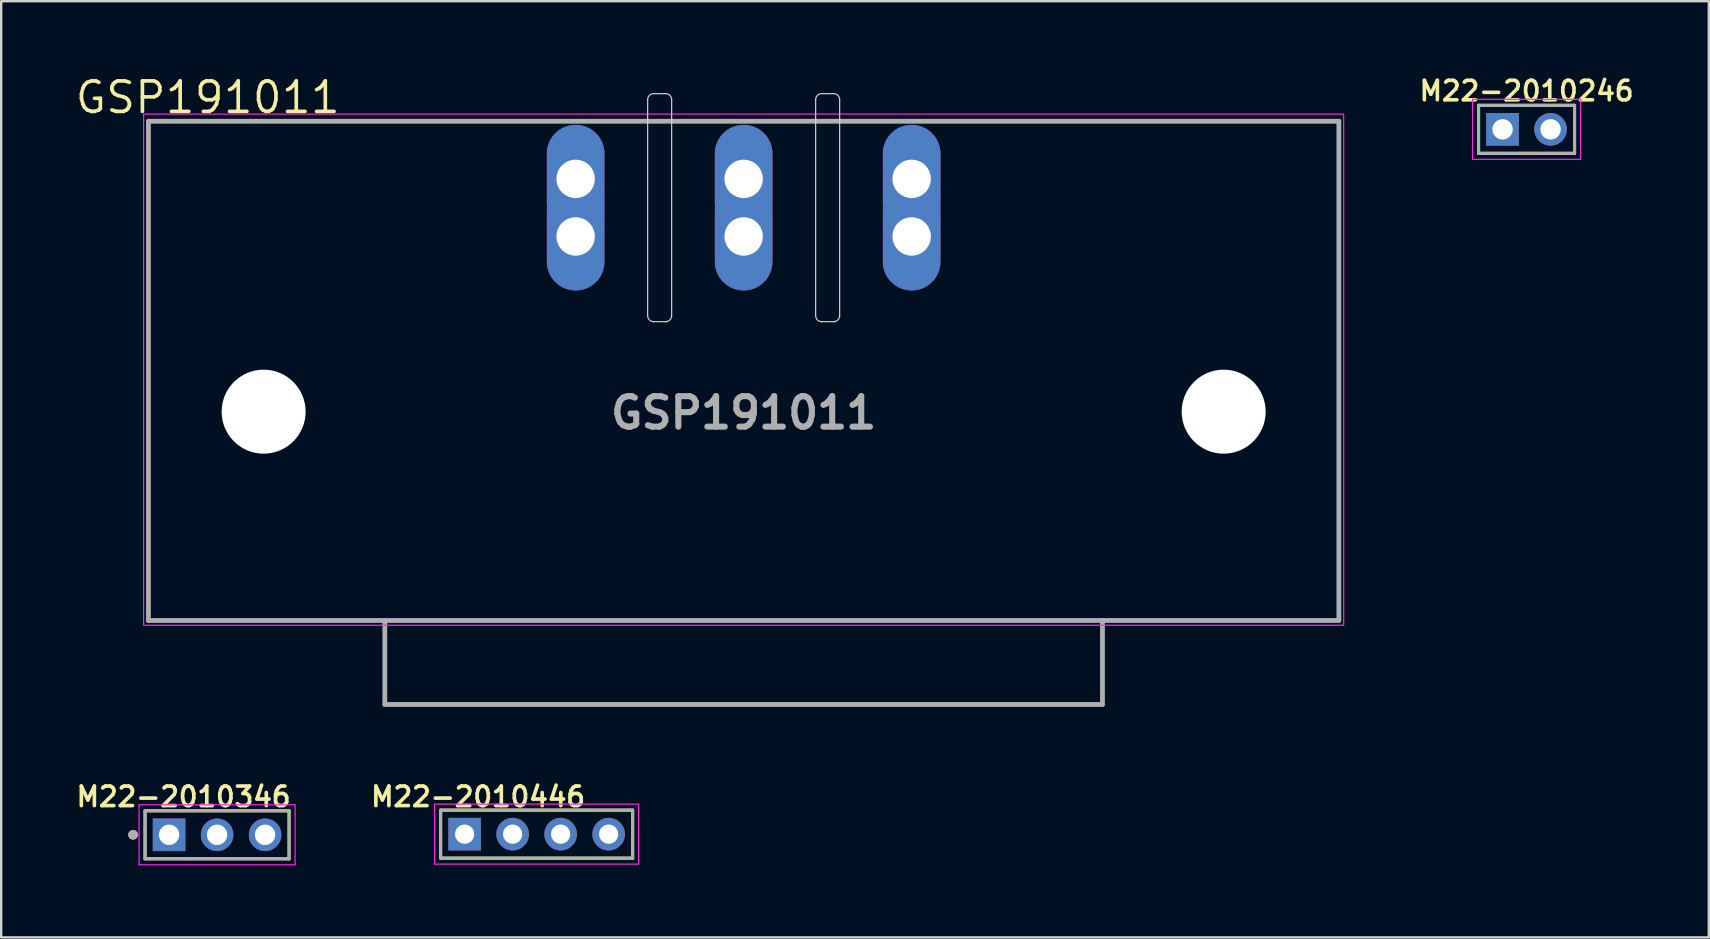
<source format=kicad_pcb>
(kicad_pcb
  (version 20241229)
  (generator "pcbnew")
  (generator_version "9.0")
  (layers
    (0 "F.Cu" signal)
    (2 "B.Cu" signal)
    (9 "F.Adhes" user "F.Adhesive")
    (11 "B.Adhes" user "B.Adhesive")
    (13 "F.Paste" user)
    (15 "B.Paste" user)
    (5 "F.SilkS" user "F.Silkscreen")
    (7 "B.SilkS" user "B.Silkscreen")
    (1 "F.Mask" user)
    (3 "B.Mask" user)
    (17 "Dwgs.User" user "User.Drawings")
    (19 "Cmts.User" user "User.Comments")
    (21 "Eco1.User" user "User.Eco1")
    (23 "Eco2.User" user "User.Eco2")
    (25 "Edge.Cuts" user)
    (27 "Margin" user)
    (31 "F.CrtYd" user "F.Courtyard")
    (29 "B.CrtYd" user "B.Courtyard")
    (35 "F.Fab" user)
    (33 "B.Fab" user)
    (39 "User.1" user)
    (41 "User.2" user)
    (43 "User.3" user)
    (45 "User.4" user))
  (footprint "GSP191011"
    (layer "F.Cu")
    (at 27.934 6.802)
    (property "Reference" "GSP191011" (at -22.329 -5.791 0) (layer "F.SilkS") (effects (font (size 1.27 1.27) (thickness 0.152))))
    (attr through_hole)
    (fp_line (start -24.8 -4.8) (end -4.2 -4.8) (stroke (width 0.1) (type solid)) (layer "F.SilkS"))
    (fp_line (start -24.8 16) (end -24.8 -4.8) (stroke (width 0.1) (type solid)) (layer "F.SilkS"))
    (fp_line (start -2.8 -4.8) (end 2.8 -4.8) (stroke (width 0.1) (type solid)) (layer "F.SilkS"))
    (fp_line (start 24.8 -4.8) (end 4.2 -4.8) (stroke (width 0.1) (type solid)) (layer "F.SilkS"))
    (fp_line (start 24.8 -4.8) (end 24.8 16) (stroke (width 0.1) (type solid)) (layer "F.SilkS"))
    (fp_line (start 24.8 16) (end -24.8 16) (stroke (width 0.1) (type solid)) (layer "F.SilkS"))
    (fp_line (start -4 -5.7) (end -4 3.3) (stroke (width 0.05) (type default)) (layer "Edge.Cuts"))
    (fp_line (start -3.75 3.55) (end -3.25 3.55) (stroke (width 0.05) (type default)) (layer "Edge.Cuts"))
    (fp_line (start -3.25 -5.95) (end -3.75 -5.95) (stroke (width 0.05) (type default)) (layer "Edge.Cuts"))
    (fp_line (start -3 3.3) (end -3 -5.7) (stroke (width 0.05) (type default)) (layer "Edge.Cuts"))
    (fp_line (start 3 3.3) (end 3 -5.7) (stroke (width 0.05) (type default)) (layer "Edge.Cuts"))
    (fp_line (start 3.25 -5.95) (end 3.75 -5.95) (stroke (width 0.05) (type default)) (layer "Edge.Cuts"))
    (fp_line (start 3.75 3.55) (end 3.25 3.55) (stroke (width 0.05) (type default)) (layer "Edge.Cuts"))
    (fp_line (start 4 -5.7) (end 4 3.3) (stroke (width 0.05) (type default)) (layer "Edge.Cuts"))
    (fp_arc (start -4 -5.7) (mid -3.926777 -5.876777) (end -3.75 -5.95) (stroke (width 0.05) (type default)) (layer "Edge.Cuts"))
    (fp_arc (start -3.75 3.55) (mid -3.926777 3.476777) (end -4 3.3) (stroke (width 0.05) (type default)) (layer "Edge.Cuts"))
    (fp_arc (start -3.25 -5.95) (mid -3.073223 -5.876777) (end -3 -5.7) (stroke (width 0.05) (type default)) (layer "Edge.Cuts"))
    (fp_arc (start -3 3.3) (mid -3.073223 3.476777) (end -3.25 3.55) (stroke (width 0.05) (type default)) (layer "Edge.Cuts"))
    (fp_arc (start 3 -5.7) (mid 3.073223 -5.876777) (end 3.25 -5.95) (stroke (width 0.05) (type default)) (layer "Edge.Cuts"))
    (fp_arc (start 3.25 3.55) (mid 3.073223 3.476777) (end 3 3.3) (stroke (width 0.05) (type default)) (layer "Edge.Cuts"))
    (fp_arc (start 3.75 -5.95) (mid 3.926777 -5.876777) (end 4 -5.7) (stroke (width 0.05) (type default)) (layer "Edge.Cuts"))
    (fp_arc (start 4 3.3) (mid 3.926777 3.476777) (end 3.75 3.55) (stroke (width 0.05) (type default)) (layer "Edge.Cuts"))
    (fp_rect (start -25 -5.1) (end 25 16.2) (stroke (width 0.05) (type solid)) (fill no) (layer "F.CrtYd"))
    (fp_line (start -24.8 -4.8) (end 24.8 -4.8) (stroke (width 0.2) (type solid)) (layer "F.Fab"))
    (fp_line (start -24.8 16) (end -24.8 -4.8) (stroke (width 0.2) (type solid)) (layer "F.Fab"))
    (fp_line (start -14.95 16) (end -14.95 19.5) (stroke (width 0.2) (type solid)) (layer "F.Fab"))
    (fp_line (start -14.95 19.5) (end 14.95 19.5) (stroke (width 0.2) (type solid)) (layer "F.Fab"))
    (fp_line (start 14.95 19.5) (end 14.95 16) (stroke (width 0.2) (type solid)) (layer "F.Fab"))
    (fp_line (start 24.8 -4.8) (end 24.8 16) (stroke (width 0.2) (type solid)) (layer "F.Fab"))
    (fp_line (start 24.8 16) (end -24.8 16) (stroke (width 0.2) (type solid)) (layer "F.Fab"))
    (fp_text user "${REFERENCE}" (at 0 7.35 0) (layer "F.Fab") (effects (font (size 1.27 1.27) (thickness 0.254))))
    (pad "" np_thru_hole circle (at -20 7.3) (size 3.5 3.5) (drill 3.6) (layers "*.Cu"))
    (pad "" np_thru_hole circle (at 20 7.3) (size 3.5 3.5) (drill 3.6) (layers "*.Cu" "*.Mask"))
    (pad "L" thru_hole oval (at -7 -2.4) (size 2.4 4.5) (drill 1.6) (layers "*.Cu" "*.Mask"))
    (pad "L" thru_hole oval (at -7 0) (size 2.4 4.5) (drill 1.6) (layers "*.Cu" "*.Mask"))
    (pad "N" thru_hole oval (at 7 -2.4) (size 2.4 4.5) (drill 1.6) (layers "*.Cu" "*.Mask"))
    (pad "N" thru_hole oval (at 7 0) (size 2.4 4.5) (drill 1.6) (layers "*.Cu" "*.Mask"))
    (pad "PE" thru_hole oval (at 0 -2.4) (size 2.4 4.5) (drill 1.6) (layers "*.Cu" "*.Mask"))
    (pad "PE" thru_hole oval (at 0 0) (size 2.4 4.5) (drill 1.6) (layers "*.Cu" "*.Mask")))
  (footprint "M22-2010346"
    (layer "F.Cu")
    (at 5.995 31.732)
    (property "Reference" "M22-2010346" (at -1.397 -1.587 0) (layer "F.SilkS") (effects (font (size 0.813 0.813) (thickness 0.152) (bold yes))))
    (attr through_hole)
    (fp_line (start -3 -1) (end 3 -1) (stroke (width 0.127) (type solid)) (layer "F.SilkS"))
    (fp_line (start -3 1) (end -3 -1) (stroke (width 0.127) (type solid)) (layer "F.SilkS"))
    (fp_line (start 3 -1) (end 3 1) (stroke (width 0.127) (type solid)) (layer "F.SilkS"))
    (fp_line (start 3 1) (end -3 1) (stroke (width 0.127) (type solid)) (layer "F.SilkS"))
    (fp_circle (center -3.5 0) (end -3.4 0) (stroke (width 0.2) (type solid)) (fill no) (layer "F.SilkS"))
    (fp_line (start -3.25 -1.25) (end 3.25 -1.25) (stroke (width 0.05) (type solid)) (layer "F.CrtYd"))
    (fp_line (start -3.25 1.25) (end -3.25 -1.25) (stroke (width 0.05) (type solid)) (layer "F.CrtYd"))
    (fp_line (start 3.25 -1.25) (end 3.25 1.25) (stroke (width 0.05) (type solid)) (layer "F.CrtYd"))
    (fp_line (start 3.25 1.25) (end -3.25 1.25) (stroke (width 0.05) (type solid)) (layer "F.CrtYd"))
    (fp_line (start -3 -1) (end 3 -1) (stroke (width 0.127) (type solid)) (layer "F.Fab"))
    (fp_line (start -3 1) (end -3 -1) (stroke (width 0.127) (type solid)) (layer "F.Fab"))
    (fp_line (start 3 -1) (end 3 1) (stroke (width 0.127) (type solid)) (layer "F.Fab"))
    (fp_line (start 3 1) (end -3 1) (stroke (width 0.127) (type solid)) (layer "F.Fab"))
    (fp_circle (center -3.5 0) (end -3.4 0) (stroke (width 0.2) (type solid)) (fill no) (layer "F.Fab"))
    (pad "1" thru_hole rect (at -2 0) (size 1.358 1.358) (drill 0.85) (layers "*.Cu" "*.Mask"))
    (pad "2" thru_hole circle (at 0 0) (size 1.358 1.358) (drill 0.85) (layers "*.Cu" "*.Mask"))
    (pad "3" thru_hole circle (at 2 0) (size 1.358 1.358) (drill 0.85) (layers "*.Cu" "*.Mask")))
  (footprint "M22-2010246"
    (layer "F.Cu")
    (at 60.554 2.339)
    (property "Reference" "M22-2010246" (at 0 -1.6 0) (layer "F.SilkS") (effects (font (size 0.813 0.813) (thickness 0.15))))
    (attr through_hole)
    (fp_line (start -2 -1) (end 2 -1) (stroke (width 0.127) (type solid)) (layer "F.SilkS"))
    (fp_line (start -2 1) (end -2 -1) (stroke (width 0.127) (type solid)) (layer "F.SilkS"))
    (fp_line (start 2 -1) (end 2 1) (stroke (width 0.127) (type solid)) (layer "F.SilkS"))
    (fp_line (start 2 1) (end -2 1) (stroke (width 0.127) (type solid)) (layer "F.SilkS"))
    (fp_line (start -2.25 -1.25) (end 2.25 -1.25) (stroke (width 0.05) (type solid)) (layer "F.CrtYd"))
    (fp_line (start -2.25 1.25) (end -2.25 -1.25) (stroke (width 0.05) (type solid)) (layer "F.CrtYd"))
    (fp_line (start 2.25 -1.25) (end 2.25 1.25) (stroke (width 0.05) (type solid)) (layer "F.CrtYd"))
    (fp_line (start 2.25 1.25) (end -2.25 1.25) (stroke (width 0.05) (type solid)) (layer "F.CrtYd"))
    (fp_line (start -2 -1) (end 2 -1) (stroke (width 0.127) (type solid)) (layer "F.Fab"))
    (fp_line (start -2 1) (end -2 -1) (stroke (width 0.127) (type solid)) (layer "F.Fab"))
    (fp_line (start 2 -1) (end 2 1) (stroke (width 0.127) (type solid)) (layer "F.Fab"))
    (fp_line (start 2 1) (end -2 1) (stroke (width 0.127) (type solid)) (layer "F.Fab"))
    (pad "1" thru_hole rect (at -1 0) (size 1.358 1.358) (drill 0.85) (layers "*.Cu" "*.Mask"))
    (pad "2" thru_hole circle (at 1 0) (size 1.358 1.358) (drill 0.85) (layers "*.Cu" "*.Mask")))
  (footprint "M22-2010446"
    (layer "F.Cu")
    (at 19.309 31.705)
    (property "Reference" "M22-2010446" (at -2.44 -1.56 0) (layer "F.SilkS") (effects (font (size 0.813 0.813) (thickness 0.152) (bold yes))))
    (attr through_hole)
    (fp_line (start -4 -1) (end 4 -1) (stroke (width 0.127) (type solid)) (layer "F.SilkS"))
    (fp_line (start -4 1) (end -4 -1) (stroke (width 0.127) (type solid)) (layer "F.SilkS"))
    (fp_line (start 4 -1) (end 4 1) (stroke (width 0.127) (type solid)) (layer "F.SilkS"))
    (fp_line (start 4 1) (end -4 1) (stroke (width 0.127) (type solid)) (layer "F.SilkS"))
    (fp_line (start -4.25 -1.25) (end 4.25 -1.25) (stroke (width 0.05) (type solid)) (layer "F.CrtYd"))
    (fp_line (start -4.25 1.25) (end -4.25 -1.25) (stroke (width 0.05) (type solid)) (layer "F.CrtYd"))
    (fp_line (start 4.25 -1.25) (end 4.25 1.25) (stroke (width 0.05) (type solid)) (layer "F.CrtYd"))
    (fp_line (start 4.25 1.25) (end -4.25 1.25) (stroke (width 0.05) (type solid)) (layer "F.CrtYd"))
    (fp_line (start -4 -1) (end 4 -1) (stroke (width 0.127) (type solid)) (layer "F.Fab"))
    (fp_line (start -4 1) (end -4 -1) (stroke (width 0.127) (type solid)) (layer "F.Fab"))
    (fp_line (start 4 -1) (end 4 1) (stroke (width 0.127) (type solid)) (layer "F.Fab"))
    (fp_line (start 4 1) (end -4 1) (stroke (width 0.127) (type solid)) (layer "F.Fab"))
    (pad "1" thru_hole rect (at -3 0) (size 1.358 1.358) (drill 0.8) (layers "*.Cu" "*.Mask"))
    (pad "2" thru_hole circle (at -1 0) (size 1.358 1.358) (drill 0.8) (layers "*.Cu" "*.Mask"))
    (pad "3" thru_hole circle (at 1 0) (size 1.358 1.358) (drill 0.8) (layers "*.Cu" "*.Mask"))
    (pad "4" thru_hole circle (at 3 0) (size 1.358 1.358) (drill 0.8) (layers "*.Cu" "*.Mask")))
  (gr_rect
    (start -3 -3)
    (end 68.148 36.007)
    (stroke (width 0.1) (type default))
    (fill no)
    (layer "Edge.Cuts")))
</source>
